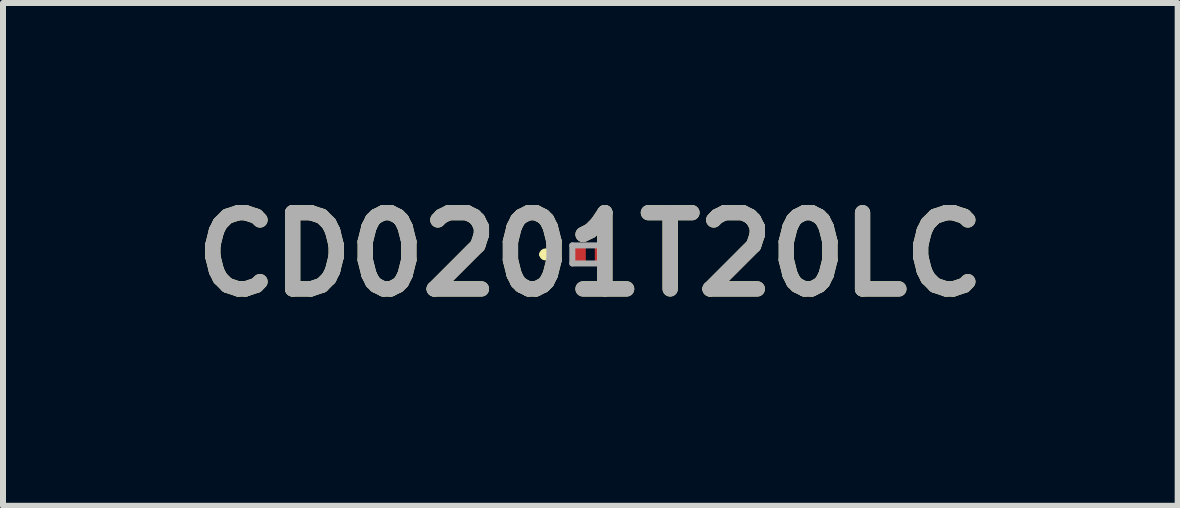
<source format=kicad_pcb>
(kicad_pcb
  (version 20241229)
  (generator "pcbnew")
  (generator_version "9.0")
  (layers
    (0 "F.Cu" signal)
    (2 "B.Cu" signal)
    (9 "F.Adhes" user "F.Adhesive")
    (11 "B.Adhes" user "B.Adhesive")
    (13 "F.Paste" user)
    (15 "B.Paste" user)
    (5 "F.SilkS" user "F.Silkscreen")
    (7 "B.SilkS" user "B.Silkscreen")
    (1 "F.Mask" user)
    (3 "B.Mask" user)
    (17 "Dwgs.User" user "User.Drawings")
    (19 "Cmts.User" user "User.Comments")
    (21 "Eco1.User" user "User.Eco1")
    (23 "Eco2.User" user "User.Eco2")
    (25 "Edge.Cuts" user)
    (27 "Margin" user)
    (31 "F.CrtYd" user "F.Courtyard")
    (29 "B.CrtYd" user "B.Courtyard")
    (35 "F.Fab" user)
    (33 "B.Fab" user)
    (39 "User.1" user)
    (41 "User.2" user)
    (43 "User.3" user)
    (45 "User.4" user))
  (footprint "CD0201T20LC"
    (layer "F.Cu")
    (at 6.785 1.189)
    (property "Reference" "CD0201T20LC" (at 0 0 0) (layer "F.SilkS") (effects (font (size 1.27 1.27) (thickness 0.254))))
    (attr smd)
    (fp_line (start -0.8 0) (end -0.8 0) (stroke (width 0.1) (type solid)) (layer "F.SilkS"))
    (fp_line (start -0.7 0) (end -0.7 0) (stroke (width 0.1) (type solid)) (layer "F.SilkS"))
    (fp_arc (start -0.8 0) (mid -0.75 -0.05) (end -0.7 0) (stroke (width 0.1) (type solid)) (layer "F.SilkS"))
    (fp_arc (start -0.7 0) (mid -0.75 0.05) (end -0.8 0) (stroke (width 0.1) (type solid)) (layer "F.SilkS"))
    (fp_rect (start -0.5 -0.3) (end 0.5 0.3) (stroke (width 0.1) (type default)) (fill no) (layer "Margin"))
    (fp_line (start -0.3 -0.15) (end 0.3 -0.15) (stroke (width 0.1) (type solid)) (layer "F.Fab"))
    (fp_line (start -0.3 0.15) (end -0.3 -0.15) (stroke (width 0.1) (type solid)) (layer "F.Fab"))
    (fp_line (start 0.3 -0.15) (end 0.3 0.15) (stroke (width 0.1) (type solid)) (layer "F.Fab"))
    (fp_line (start 0.3 0.15) (end -0.3 0.15) (stroke (width 0.1) (type solid)) (layer "F.Fab"))
    (fp_text user "${REFERENCE}" (at 0 0 0) (layer "F.Fab") (effects (font (size 1.27 1.27) (thickness 0.254))))
    (pad "1" smd rect (at -0.2 0) (size 0.25 0.3) (layers "F.Cu" "F.Mask" "F.Paste"))
    (pad "2" smd rect (at 0.2 0) (size 0.25 0.3) (layers "F.Cu" "F.Mask" "F.Paste")))
  (gr_rect
    (start -3 -3)
    (end 16.571 5.377)
    (stroke (width 0.1) (type default))
    (fill no)
    (layer "Edge.Cuts")))
</source>
